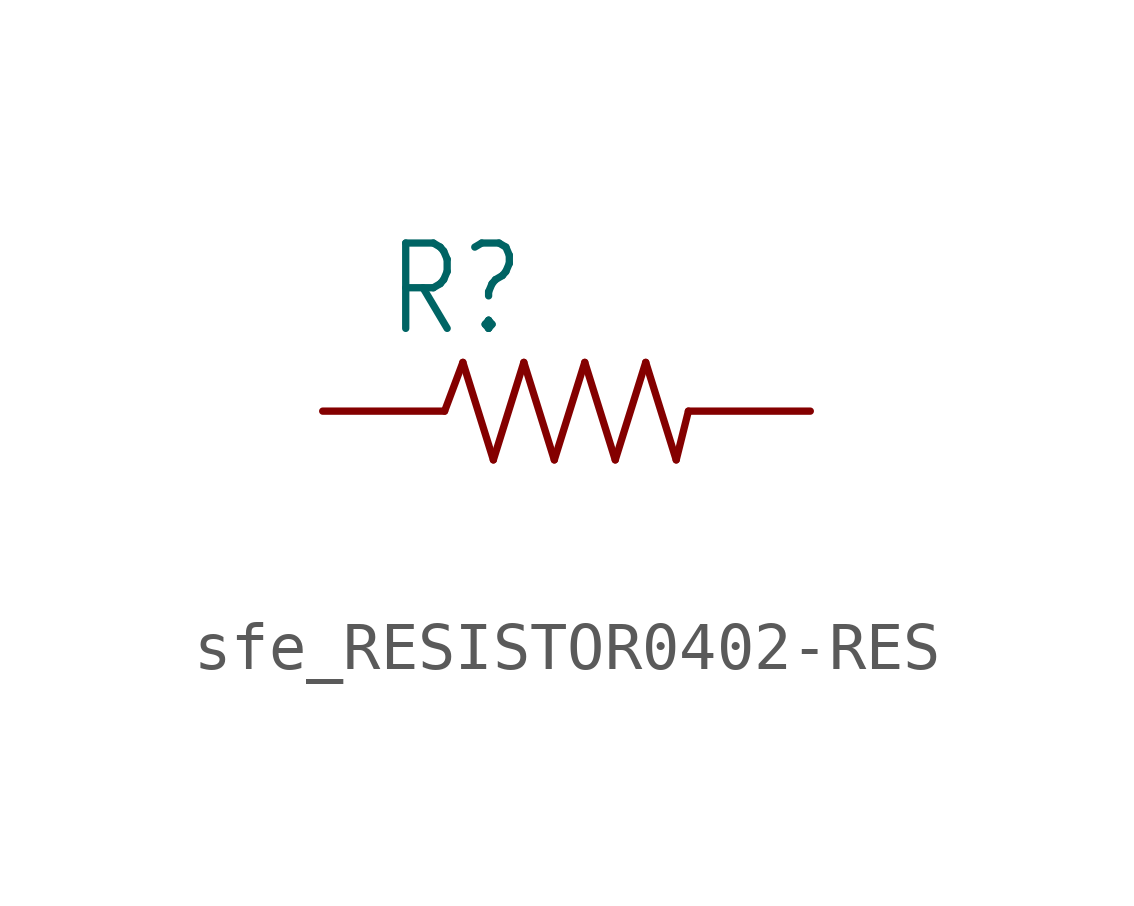
<source format=kicad_sym>
(kicad_symbol_lib
  (version 20220914)
  (generator kicad_symbol_editor)
  (symbol "sfe_RESISTOR0402-RES"
    (property "Reference" "R"
      (at -3.81 1.499 0)
      (effects (font (size 1.778 1.511)) (justify left bottom)))
    (property "Value" ""
      (at -3.81 -3.302 0)
      (effects (font (size 1.778 1.511)) (justify left bottom)))
    (property "ki_locked" ""
      (at 0 0 0)
      (effects (font (size 1.27 1.27))))
    (symbol "sfe_RESISTOR0402-RES_1_0"
      (polyline (pts (xy -2.54 0) (xy -2.159 1.016)) (stroke (width 0.152) (type solid)) (fill (type none)))
      (polyline (pts (xy -2.159 1.016) (xy -1.524 -1.016)) (stroke (width 0.152) (type solid)) (fill (type none)))
      (polyline (pts (xy -1.524 -1.016) (xy -0.889 1.016)) (stroke (width 0.152) (type solid)) (fill (type none)))
      (polyline (pts (xy -0.889 1.016) (xy -0.254 -1.016)) (stroke (width 0.152) (type solid)) (fill (type none)))
      (polyline (pts (xy -0.254 -1.016) (xy 0.381 1.016)) (stroke (width 0.152) (type solid)) (fill (type none)))
      (polyline (pts (xy 0.381 1.016) (xy 1.016 -1.016)) (stroke (width 0.152) (type solid)) (fill (type none)))
      (polyline (pts (xy 1.016 -1.016) (xy 1.651 1.016)) (stroke (width 0.152) (type solid)) (fill (type none)))
      (polyline (pts (xy 1.651 1.016) (xy 2.286 -1.016)) (stroke (width 0.152) (type solid)) (fill (type none)))
      (polyline (pts (xy 2.286 -1.016) (xy 2.54 0)) (stroke (width 0.152) (type solid)) (fill (type none)))
      (pin passive line (at -5.08 0 0) (length 2.54) (name "1" (effects (font (size 0 0)))) (number "1" (effects (font (size 0 0)))))
      (pin passive line (at 5.08 0 180) (length 2.54) (name "2" (effects (font (size 0 0)))) (number "2" (effects (font (size 0 0))))))))
</source>
